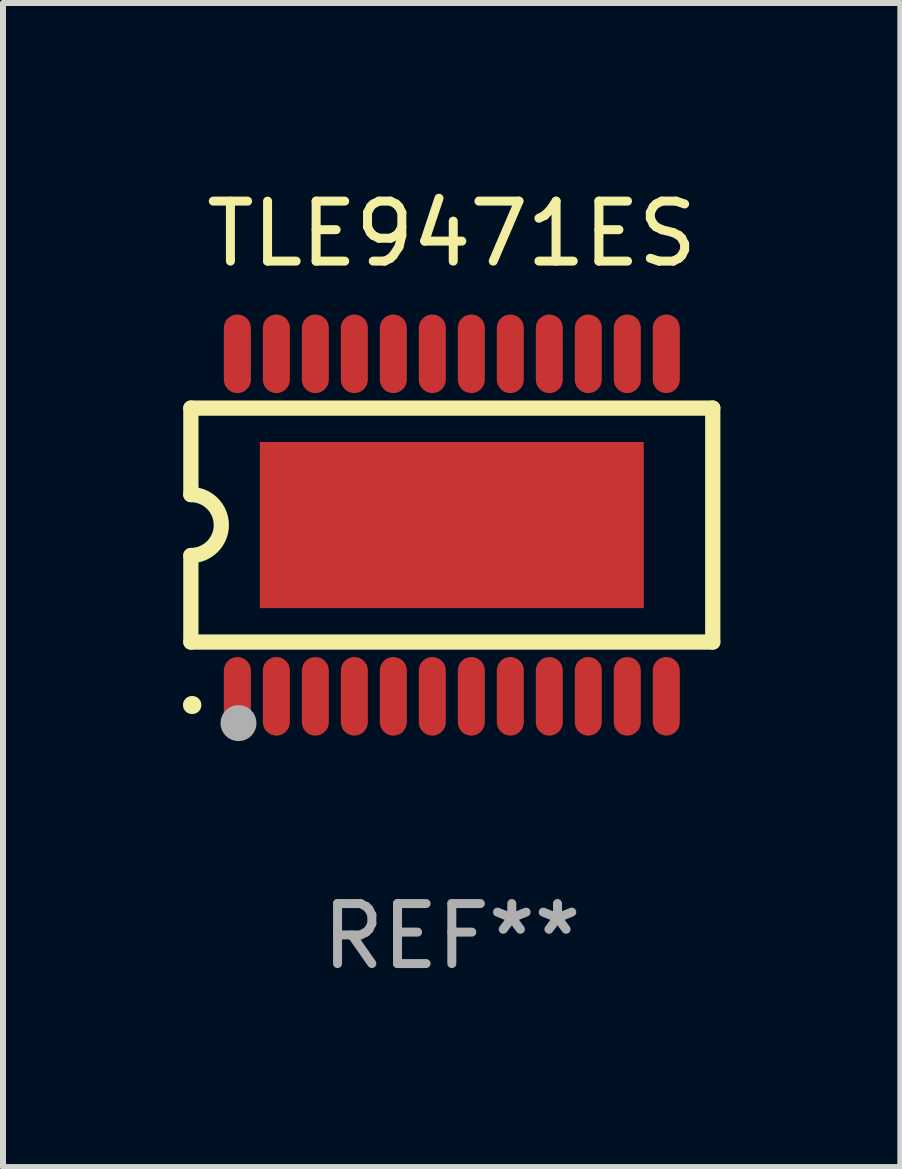
<source format=kicad_pcb>
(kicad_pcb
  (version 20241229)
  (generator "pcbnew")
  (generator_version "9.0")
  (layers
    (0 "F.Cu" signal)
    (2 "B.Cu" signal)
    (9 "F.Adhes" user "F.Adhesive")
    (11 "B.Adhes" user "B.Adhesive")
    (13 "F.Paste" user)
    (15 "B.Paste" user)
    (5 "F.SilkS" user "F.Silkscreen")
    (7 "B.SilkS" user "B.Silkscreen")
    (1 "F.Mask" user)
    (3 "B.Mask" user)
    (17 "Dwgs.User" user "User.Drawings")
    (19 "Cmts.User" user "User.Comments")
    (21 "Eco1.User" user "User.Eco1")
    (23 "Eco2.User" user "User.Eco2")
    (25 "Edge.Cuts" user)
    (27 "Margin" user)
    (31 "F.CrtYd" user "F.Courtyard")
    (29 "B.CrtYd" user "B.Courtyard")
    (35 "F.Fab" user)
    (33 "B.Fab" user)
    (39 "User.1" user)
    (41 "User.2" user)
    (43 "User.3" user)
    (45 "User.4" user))
  (footprint "TLE9471ES"
    (layer "F.Cu")
    (at 4.482 5.703)
    (property "Reference" "TLE9471ES" (at 0 -4.855 0) (layer "F.SilkS") (effects (font (size 1 1) (thickness 0.15))))
    (attr through_hole)
    (fp_line (start -4.35 -1.95) (end -4.35 -0.508) (stroke (width 0.254) (type solid)) (layer "F.SilkS"))
    (fp_line (start -4.35 -1.95) (end 4.35 -1.95) (stroke (width 0.254) (type solid)) (layer "F.SilkS"))
    (fp_line (start -4.35 1.95) (end -4.35 0.508) (stroke (width 0.254) (type solid)) (layer "F.SilkS"))
    (fp_line (start -4.35 1.95) (end 4.35 1.95) (stroke (width 0.254) (type solid)) (layer "F.SilkS"))
    (fp_line (start 4.35 -1.95) (end 4.35 1.95) (stroke (width 0.254) (type solid)) (layer "F.SilkS"))
    (fp_arc (start -4.351028 -0.508) (mid -3.843028 -0.000507) (end -4.350013 0.508001) (stroke (width 0.254001) (type solid)) (layer "F.SilkS"))
    (fp_arc (start -4.331656 2.999858) (mid -4.328332 2.999895) (end -4.325009 3.000005) (stroke (width 0.3) (type solid)) (layer "F.SilkS"))
    (fp_circle (center -4.325 3) (end -4.295 3) (stroke (width 0.06) (type solid)) (fill no) (layer "F.SilkS"))
    (fp_circle (center -3.556 3.302) (end -3.406 3.302) (stroke (width 0.3) (type solid)) (fill no) (layer "F.Fab"))
    (fp_text user "REF**" (at 0 6.855 0) (layer "F.Fab") (effects (font (size 1 1) (thickness 0.15))))
    (pad "1" smd custom (at -3.575 2.855 180) (size 0.45 1.31) (layers "F.Cu" "F.Mask" "F.Paste") (options (anchor circle)) (primitives (gr_poly (pts (xy -0.225 -0.43) (xy -0.224 -0.455) (xy -0.219 -0.48) (xy -0.212 -0.504) (xy -0.203 -0.528) (xy -0.19 -0.55) (xy -0.176 -0.57) (xy -0.159 -0.589) (xy -0.14 -0.606) (xy -0.12 -0.62) (xy -0.098 -0.633) (xy -0.074 -0.642) (xy -0.05 -0.649) (xy -0.025 -0.654) (xy 0.000051 -0.655) (xy 0.025 -0.654) (xy 0.05 -0.649) (xy 0.074 -0.642) (xy 0.098 -0.633) (xy 0.12 -0.62) (xy 0.14 -0.606) (xy 0.159 -0.589) (xy 0.176 -0.57) (xy 0.191 -0.55) (xy 0.203 -0.528) (xy 0.212 -0.504) (xy 0.219 -0.48) (xy 0.224 -0.455) (xy 0.225 -0.43) (xy 0.225 0.43) (xy 0.224 0.455) (xy 0.219 0.48) (xy 0.212 0.504) (xy 0.203 0.528) (xy 0.191 0.55) (xy 0.176 0.57) (xy 0.159 0.589) (xy 0.14 0.606) (xy 0.12 0.621) (xy 0.098 0.633) (xy 0.074 0.642) (xy 0.05 0.649) (xy 0.025 0.654) (xy 0.000051 0.655) (xy -0.025 0.654) (xy -0.05 0.649) (xy -0.074 0.642) (xy -0.098 0.633) (xy -0.12 0.621) (xy -0.14 0.606) (xy -0.159 0.589) (xy -0.176 0.57) (xy -0.19 0.55) (xy -0.203 0.528) (xy -0.212 0.504) (xy -0.219 0.48) (xy -0.224 0.455) (xy -0.225 0.43)) (width 0) (fill yes))))
    (pad "2" smd custom (at -2.925 2.855 180) (size 0.45 1.31) (layers "F.Cu" "F.Mask" "F.Paste") (options (anchor circle)) (primitives (gr_poly (pts (xy -0.225 -0.43) (xy -0.224 -0.455) (xy -0.219 -0.48) (xy -0.212 -0.504) (xy -0.203 -0.528) (xy -0.19 -0.55) (xy -0.176 -0.57) (xy -0.159 -0.589) (xy -0.14 -0.606) (xy -0.12 -0.62) (xy -0.098 -0.633) (xy -0.074 -0.642) (xy -0.05 -0.649) (xy -0.025 -0.654) (xy 0.000076 -0.655) (xy 0.025 -0.654) (xy 0.05 -0.649) (xy 0.074 -0.642) (xy 0.098 -0.633) (xy 0.12 -0.62) (xy 0.14 -0.606) (xy 0.159 -0.589) (xy 0.176 -0.57) (xy 0.191 -0.55) (xy 0.203 -0.528) (xy 0.212 -0.504) (xy 0.219 -0.48) (xy 0.224 -0.455) (xy 0.225 -0.43) (xy 0.225 0.43) (xy 0.224 0.455) (xy 0.219 0.48) (xy 0.212 0.504) (xy 0.203 0.528) (xy 0.191 0.55) (xy 0.176 0.57) (xy 0.159 0.589) (xy 0.14 0.606) (xy 0.12 0.621) (xy 0.098 0.633) (xy 0.074 0.642) (xy 0.05 0.649) (xy 0.025 0.654) (xy 0.000076 0.655) (xy -0.025 0.654) (xy -0.05 0.649) (xy -0.074 0.642) (xy -0.098 0.633) (xy -0.12 0.621) (xy -0.14 0.606) (xy -0.159 0.589) (xy -0.176 0.57) (xy -0.19 0.55) (xy -0.203 0.528) (xy -0.212 0.504) (xy -0.219 0.48) (xy -0.224 0.455) (xy -0.225 0.43)) (width 0) (fill yes))))
    (pad "3" smd custom (at -2.275 2.855 180) (size 0.45 1.31) (layers "F.Cu" "F.Mask" "F.Paste") (options (anchor circle)) (primitives (gr_poly (pts (xy -0.225 -0.43) (xy -0.223 -0.455) (xy -0.219 -0.48) (xy -0.212 -0.504) (xy -0.203 -0.528) (xy -0.19 -0.55) (xy -0.176 -0.57) (xy -0.159 -0.589) (xy -0.14 -0.606) (xy -0.12 -0.62) (xy -0.098 -0.633) (xy -0.074 -0.642) (xy -0.05 -0.649) (xy -0.025 -0.654) (xy 0.000076 -0.655) (xy 0.025 -0.654) (xy 0.05 -0.649) (xy 0.074 -0.642) (xy 0.098 -0.633) (xy 0.12 -0.62) (xy 0.14 -0.606) (xy 0.159 -0.589) (xy 0.176 -0.57) (xy 0.191 -0.55) (xy 0.203 -0.528) (xy 0.212 -0.504) (xy 0.219 -0.48) (xy 0.224 -0.455) (xy 0.225 -0.43) (xy 0.225 0.43) (xy 0.224 0.455) (xy 0.219 0.48) (xy 0.212 0.504) (xy 0.203 0.528) (xy 0.191 0.55) (xy 0.176 0.57) (xy 0.159 0.589) (xy 0.14 0.606) (xy 0.12 0.621) (xy 0.098 0.633) (xy 0.074 0.642) (xy 0.05 0.649) (xy 0.025 0.654) (xy 0.000076 0.655) (xy -0.025 0.654) (xy -0.05 0.649) (xy -0.074 0.642) (xy -0.098 0.633) (xy -0.12 0.621) (xy -0.14 0.606) (xy -0.159 0.589) (xy -0.176 0.57) (xy -0.19 0.55) (xy -0.203 0.528) (xy -0.212 0.504) (xy -0.219 0.48) (xy -0.223 0.455) (xy -0.225 0.43)) (width 0) (fill yes))))
    (pad "4" smd custom (at -1.625 2.855 180) (size 0.45 1.31) (layers "F.Cu" "F.Mask" "F.Paste") (options (anchor circle)) (primitives (gr_poly (pts (xy -0.225 -0.43) (xy -0.223 -0.455) (xy -0.219 -0.48) (xy -0.212 -0.504) (xy -0.203 -0.528) (xy -0.19 -0.55) (xy -0.176 -0.57) (xy -0.159 -0.589) (xy -0.14 -0.606) (xy -0.12 -0.62) (xy -0.098 -0.633) (xy -0.074 -0.642) (xy -0.05 -0.649) (xy -0.025 -0.654) (xy 0.000102 -0.655) (xy 0.025 -0.654) (xy 0.05 -0.649) (xy 0.074 -0.642) (xy 0.098 -0.633) (xy 0.12 -0.62) (xy 0.14 -0.606) (xy 0.159 -0.589) (xy 0.176 -0.57) (xy 0.191 -0.55) (xy 0.203 -0.528) (xy 0.212 -0.504) (xy 0.219 -0.48) (xy 0.224 -0.455) (xy 0.225 -0.43) (xy 0.225 0.43) (xy 0.224 0.455) (xy 0.219 0.48) (xy 0.212 0.504) (xy 0.203 0.528) (xy 0.191 0.55) (xy 0.176 0.57) (xy 0.159 0.589) (xy 0.14 0.606) (xy 0.12 0.621) (xy 0.098 0.633) (xy 0.074 0.642) (xy 0.05 0.649) (xy 0.025 0.654) (xy 0.000102 0.655) (xy -0.025 0.654) (xy -0.05 0.649) (xy -0.074 0.642) (xy -0.098 0.633) (xy -0.12 0.621) (xy -0.14 0.606) (xy -0.159 0.589) (xy -0.176 0.57) (xy -0.19 0.55) (xy -0.203 0.528) (xy -0.212 0.504) (xy -0.219 0.48) (xy -0.223 0.455) (xy -0.225 0.43)) (width 0) (fill yes))))
    (pad "5" smd custom (at -0.975 2.855 180) (size 0.45 1.31) (layers "F.Cu" "F.Mask" "F.Paste") (options (anchor circle)) (primitives (gr_poly (pts (xy -0.225 -0.43) (xy -0.223 -0.455) (xy -0.219 -0.48) (xy -0.212 -0.504) (xy -0.203 -0.528) (xy -0.19 -0.55) (xy -0.176 -0.57) (xy -0.159 -0.589) (xy -0.14 -0.606) (xy -0.12 -0.62) (xy -0.098 -0.633) (xy -0.074 -0.642) (xy -0.05 -0.649) (xy -0.025 -0.654) (xy 0.000102 -0.655) (xy 0.025 -0.654) (xy 0.05 -0.649) (xy 0.074 -0.642) (xy 0.098 -0.633) (xy 0.12 -0.62) (xy 0.14 -0.606) (xy 0.159 -0.589) (xy 0.176 -0.57) (xy 0.191 -0.55) (xy 0.203 -0.528) (xy 0.212 -0.504) (xy 0.219 -0.48) (xy 0.224 -0.455) (xy 0.225 -0.43) (xy 0.225 0.43) (xy 0.224 0.455) (xy 0.219 0.48) (xy 0.212 0.504) (xy 0.203 0.528) (xy 0.191 0.55) (xy 0.176 0.57) (xy 0.159 0.589) (xy 0.14 0.606) (xy 0.12 0.621) (xy 0.098 0.633) (xy 0.074 0.642) (xy 0.05 0.649) (xy 0.025 0.654) (xy 0.000102 0.655) (xy -0.025 0.654) (xy -0.05 0.649) (xy -0.074 0.642) (xy -0.098 0.633) (xy -0.12 0.621) (xy -0.14 0.606) (xy -0.159 0.589) (xy -0.176 0.57) (xy -0.19 0.55) (xy -0.203 0.528) (xy -0.212 0.504) (xy -0.219 0.48) (xy -0.223 0.455) (xy -0.225 0.43)) (width 0) (fill yes))))
    (pad "6" smd custom (at -0.325 2.855 180) (size 0.45 1.31) (layers "F.Cu" "F.Mask" "F.Paste") (options (anchor circle)) (primitives (gr_poly (pts (xy -0.225 -0.43) (xy -0.223 -0.455) (xy -0.219 -0.48) (xy -0.212 -0.504) (xy -0.203 -0.528) (xy -0.19 -0.55) (xy -0.176 -0.57) (xy -0.159 -0.589) (xy -0.14 -0.606) (xy -0.12 -0.62) (xy -0.098 -0.633) (xy -0.074 -0.642) (xy -0.05 -0.649) (xy -0.025 -0.654) (xy 0.000127 -0.655) (xy 0.025 -0.654) (xy 0.05 -0.649) (xy 0.074 -0.642) (xy 0.098 -0.633) (xy 0.12 -0.62) (xy 0.14 -0.606) (xy 0.159 -0.589) (xy 0.176 -0.57) (xy 0.191 -0.55) (xy 0.203 -0.528) (xy 0.212 -0.504) (xy 0.219 -0.48) (xy 0.224 -0.455) (xy 0.225 -0.43) (xy 0.225 0.43) (xy 0.224 0.455) (xy 0.219 0.48) (xy 0.212 0.504) (xy 0.203 0.528) (xy 0.191 0.55) (xy 0.176 0.57) (xy 0.159 0.589) (xy 0.14 0.606) (xy 0.12 0.621) (xy 0.098 0.633) (xy 0.074 0.642) (xy 0.05 0.649) (xy 0.025 0.654) (xy 0.000127 0.655) (xy -0.025 0.654) (xy -0.05 0.649) (xy -0.074 0.642) (xy -0.098 0.633) (xy -0.12 0.621) (xy -0.14 0.606) (xy -0.159 0.589) (xy -0.176 0.57) (xy -0.19 0.55) (xy -0.203 0.528) (xy -0.212 0.504) (xy -0.219 0.48) (xy -0.223 0.455) (xy -0.225 0.43)) (width 0) (fill yes))))
    (pad "7" smd custom (at 0.325 2.855 180) (size 0.45 1.31) (layers "F.Cu" "F.Mask" "F.Paste") (options (anchor circle)) (primitives (gr_poly (pts (xy -0.225 -0.43) (xy -0.224 -0.455) (xy -0.219 -0.48) (xy -0.212 -0.504) (xy -0.203 -0.528) (xy -0.191 -0.55) (xy -0.176 -0.57) (xy -0.159 -0.589) (xy -0.14 -0.606) (xy -0.12 -0.62) (xy -0.098 -0.633) (xy -0.074 -0.642) (xy -0.05 -0.649) (xy -0.025 -0.654) (xy -0.000127 -0.655) (xy 0.025 -0.654) (xy 0.05 -0.649) (xy 0.074 -0.642) (xy 0.098 -0.633) (xy 0.12 -0.62) (xy 0.14 -0.606) (xy 0.159 -0.589) (xy 0.176 -0.57) (xy 0.19 -0.55) (xy 0.203 -0.528) (xy 0.212 -0.504) (xy 0.219 -0.48) (xy 0.223 -0.455) (xy 0.225 -0.43) (xy 0.225 0.43) (xy 0.223 0.455) (xy 0.219 0.48) (xy 0.212 0.504) (xy 0.203 0.528) (xy 0.19 0.55) (xy 0.176 0.57) (xy 0.159 0.589) (xy 0.14 0.606) (xy 0.12 0.621) (xy 0.098 0.633) (xy 0.074 0.642) (xy 0.05 0.649) (xy 0.025 0.654) (xy -0.000127 0.655) (xy -0.025 0.654) (xy -0.05 0.649) (xy -0.074 0.642) (xy -0.098 0.633) (xy -0.12 0.621) (xy -0.14 0.606) (xy -0.159 0.589) (xy -0.176 0.57) (xy -0.191 0.55) (xy -0.203 0.528) (xy -0.212 0.504) (xy -0.219 0.48) (xy -0.224 0.455) (xy -0.225 0.43)) (width 0) (fill yes))))
    (pad "8" smd custom (at 0.975 2.855 180) (size 0.45 1.31) (layers "F.Cu" "F.Mask" "F.Paste") (options (anchor circle)) (primitives (gr_poly (pts (xy -0.225 -0.43) (xy -0.224 -0.455) (xy -0.219 -0.48) (xy -0.212 -0.504) (xy -0.203 -0.528) (xy -0.191 -0.55) (xy -0.176 -0.57) (xy -0.159 -0.589) (xy -0.14 -0.606) (xy -0.12 -0.62) (xy -0.098 -0.633) (xy -0.074 -0.642) (xy -0.05 -0.649) (xy -0.025 -0.654) (xy -0.000102 -0.655) (xy 0.025 -0.654) (xy 0.05 -0.649) (xy 0.074 -0.642) (xy 0.098 -0.633) (xy 0.12 -0.62) (xy 0.14 -0.606) (xy 0.159 -0.589) (xy 0.176 -0.57) (xy 0.19 -0.55) (xy 0.203 -0.528) (xy 0.212 -0.504) (xy 0.219 -0.48) (xy 0.223 -0.455) (xy 0.225 -0.43) (xy 0.225 0.43) (xy 0.223 0.455) (xy 0.219 0.48) (xy 0.212 0.504) (xy 0.203 0.528) (xy 0.19 0.55) (xy 0.176 0.57) (xy 0.159 0.589) (xy 0.14 0.606) (xy 0.12 0.621) (xy 0.098 0.633) (xy 0.074 0.642) (xy 0.05 0.649) (xy 0.025 0.654) (xy -0.000102 0.655) (xy -0.025 0.654) (xy -0.05 0.649) (xy -0.074 0.642) (xy -0.098 0.633) (xy -0.12 0.621) (xy -0.14 0.606) (xy -0.159 0.589) (xy -0.176 0.57) (xy -0.191 0.55) (xy -0.203 0.528) (xy -0.212 0.504) (xy -0.219 0.48) (xy -0.224 0.455) (xy -0.225 0.43)) (width 0) (fill yes))))
    (pad "9" smd custom (at 1.625 2.855 180) (size 0.45 1.31) (layers "F.Cu" "F.Mask" "F.Paste") (options (anchor circle)) (primitives (gr_poly (pts (xy -0.225 -0.43) (xy -0.224 -0.455) (xy -0.219 -0.48) (xy -0.212 -0.504) (xy -0.203 -0.528) (xy -0.191 -0.55) (xy -0.176 -0.57) (xy -0.159 -0.589) (xy -0.14 -0.606) (xy -0.12 -0.62) (xy -0.098 -0.633) (xy -0.074 -0.642) (xy -0.05 -0.649) (xy -0.025 -0.654) (xy -0.000102 -0.655) (xy 0.025 -0.654) (xy 0.05 -0.649) (xy 0.074 -0.642) (xy 0.098 -0.633) (xy 0.12 -0.62) (xy 0.14 -0.606) (xy 0.159 -0.589) (xy 0.176 -0.57) (xy 0.19 -0.55) (xy 0.203 -0.528) (xy 0.212 -0.504) (xy 0.219 -0.48) (xy 0.223 -0.455) (xy 0.225 -0.43) (xy 0.225 0.43) (xy 0.223 0.455) (xy 0.219 0.48) (xy 0.212 0.504) (xy 0.203 0.528) (xy 0.19 0.55) (xy 0.176 0.57) (xy 0.159 0.589) (xy 0.14 0.606) (xy 0.12 0.621) (xy 0.098 0.633) (xy 0.074 0.642) (xy 0.05 0.649) (xy 0.025 0.654) (xy -0.000102 0.655) (xy -0.025 0.654) (xy -0.05 0.649) (xy -0.074 0.642) (xy -0.098 0.633) (xy -0.12 0.621) (xy -0.14 0.606) (xy -0.159 0.589) (xy -0.176 0.57) (xy -0.191 0.55) (xy -0.203 0.528) (xy -0.212 0.504) (xy -0.219 0.48) (xy -0.224 0.455) (xy -0.225 0.43)) (width 0) (fill yes))))
    (pad "10" smd custom (at 2.275 2.855 180) (size 0.45 1.31) (layers "F.Cu" "F.Mask" "F.Paste") (options (anchor circle)) (primitives (gr_poly (pts (xy -0.225 -0.43) (xy -0.224 -0.455) (xy -0.219 -0.48) (xy -0.212 -0.504) (xy -0.203 -0.528) (xy -0.191 -0.55) (xy -0.176 -0.57) (xy -0.159 -0.589) (xy -0.14 -0.606) (xy -0.12 -0.62) (xy -0.098 -0.633) (xy -0.074 -0.642) (xy -0.05 -0.649) (xy -0.025 -0.654) (xy -0.000076 -0.655) (xy 0.025 -0.654) (xy 0.05 -0.649) (xy 0.074 -0.642) (xy 0.098 -0.633) (xy 0.12 -0.62) (xy 0.14 -0.606) (xy 0.159 -0.589) (xy 0.176 -0.57) (xy 0.19 -0.55) (xy 0.203 -0.528) (xy 0.212 -0.504) (xy 0.219 -0.48) (xy 0.224 -0.455) (xy 0.225 -0.43) (xy 0.225 0.43) (xy 0.224 0.455) (xy 0.219 0.48) (xy 0.212 0.504) (xy 0.203 0.528) (xy 0.19 0.55) (xy 0.176 0.57) (xy 0.159 0.589) (xy 0.14 0.606) (xy 0.12 0.621) (xy 0.098 0.633) (xy 0.074 0.642) (xy 0.05 0.649) (xy 0.025 0.654) (xy -0.000076 0.655) (xy -0.025 0.654) (xy -0.05 0.649) (xy -0.074 0.642) (xy -0.098 0.633) (xy -0.12 0.621) (xy -0.14 0.606) (xy -0.159 0.589) (xy -0.176 0.57) (xy -0.191 0.55) (xy -0.203 0.528) (xy -0.212 0.504) (xy -0.219 0.48) (xy -0.224 0.455) (xy -0.225 0.43)) (width 0) (fill yes))))
    (pad "11" smd custom (at 2.925 2.855 180) (size 0.45 1.31) (layers "F.Cu" "F.Mask" "F.Paste") (options (anchor circle)) (primitives (gr_poly (pts (xy -0.225 -0.43) (xy -0.224 -0.455) (xy -0.219 -0.48) (xy -0.212 -0.504) (xy -0.203 -0.528) (xy -0.191 -0.55) (xy -0.176 -0.57) (xy -0.159 -0.589) (xy -0.14 -0.606) (xy -0.12 -0.62) (xy -0.098 -0.633) (xy -0.074 -0.642) (xy -0.05 -0.649) (xy -0.025 -0.654) (xy -0.000051 -0.655) (xy 0.025 -0.654) (xy 0.05 -0.649) (xy 0.074 -0.642) (xy 0.098 -0.633) (xy 0.12 -0.62) (xy 0.14 -0.606) (xy 0.159 -0.589) (xy 0.176 -0.57) (xy 0.19 -0.55) (xy 0.203 -0.528) (xy 0.212 -0.504) (xy 0.219 -0.48) (xy 0.224 -0.455) (xy 0.225 -0.43) (xy 0.225 0.43) (xy 0.224 0.455) (xy 0.219 0.48) (xy 0.212 0.504) (xy 0.203 0.528) (xy 0.19 0.55) (xy 0.176 0.57) (xy 0.159 0.589) (xy 0.14 0.606) (xy 0.12 0.621) (xy 0.098 0.633) (xy 0.074 0.642) (xy 0.05 0.649) (xy 0.025 0.654) (xy -0.000051 0.655) (xy -0.025 0.654) (xy -0.05 0.649) (xy -0.074 0.642) (xy -0.098 0.633) (xy -0.12 0.621) (xy -0.14 0.606) (xy -0.159 0.589) (xy -0.176 0.57) (xy -0.191 0.55) (xy -0.203 0.528) (xy -0.212 0.504) (xy -0.219 0.48) (xy -0.224 0.455) (xy -0.225 0.43)) (width 0) (fill yes))))
    (pad "12" smd custom (at 3.575 2.855 180) (size 0.45 1.31) (layers "F.Cu" "F.Mask" "F.Paste") (options (anchor circle)) (primitives (gr_poly (pts (xy -0.225 -0.43) (xy -0.224 -0.455) (xy -0.219 -0.48) (xy -0.212 -0.504) (xy -0.203 -0.528) (xy -0.191 -0.55) (xy -0.176 -0.57) (xy -0.159 -0.589) (xy -0.14 -0.606) (xy -0.12 -0.62) (xy -0.098 -0.633) (xy -0.074 -0.642) (xy -0.05 -0.649) (xy -0.025 -0.654) (xy -0.000051 -0.655) (xy 0.025 -0.654) (xy 0.05 -0.649) (xy 0.074 -0.642) (xy 0.098 -0.633) (xy 0.12 -0.62) (xy 0.14 -0.606) (xy 0.159 -0.589) (xy 0.176 -0.57) (xy 0.19 -0.55) (xy 0.203 -0.528) (xy 0.212 -0.504) (xy 0.219 -0.48) (xy 0.224 -0.455) (xy 0.225 -0.43) (xy 0.225 0.43) (xy 0.224 0.455) (xy 0.219 0.48) (xy 0.212 0.504) (xy 0.203 0.528) (xy 0.19 0.55) (xy 0.176 0.57) (xy 0.159 0.589) (xy 0.14 0.606) (xy 0.12 0.621) (xy 0.098 0.633) (xy 0.074 0.642) (xy 0.05 0.649) (xy 0.025 0.654) (xy -0.000051 0.655) (xy -0.025 0.654) (xy -0.05 0.649) (xy -0.074 0.642) (xy -0.098 0.633) (xy -0.12 0.621) (xy -0.14 0.606) (xy -0.159 0.589) (xy -0.176 0.57) (xy -0.191 0.55) (xy -0.203 0.528) (xy -0.212 0.504) (xy -0.219 0.48) (xy -0.224 0.455) (xy -0.225 0.43)) (width 0) (fill yes))))
    (pad "13" smd custom (at 3.575 -2.855 180) (size 0.45 1.31) (layers "F.Cu" "F.Mask" "F.Paste") (options (anchor circle)) (primitives (gr_poly (pts (xy -0.225 -0.43) (xy -0.224 -0.455) (xy -0.219 -0.48) (xy -0.212 -0.504) (xy -0.203 -0.528) (xy -0.191 -0.55) (xy -0.176 -0.57) (xy -0.159 -0.589) (xy -0.14 -0.606) (xy -0.12 -0.621) (xy -0.098 -0.633) (xy -0.074 -0.642) (xy -0.05 -0.649) (xy -0.025 -0.654) (xy -0.000051 -0.655) (xy 0.025 -0.654) (xy 0.05 -0.649) (xy 0.074 -0.642) (xy 0.098 -0.633) (xy 0.12 -0.621) (xy 0.14 -0.606) (xy 0.159 -0.589) (xy 0.176 -0.57) (xy 0.19 -0.55) (xy 0.203 -0.528) (xy 0.212 -0.504) (xy 0.219 -0.48) (xy 0.224 -0.455) (xy 0.225 -0.43) (xy 0.225 0.43) (xy 0.224 0.455) (xy 0.219 0.48) (xy 0.212 0.504) (xy 0.203 0.528) (xy 0.19 0.55) (xy 0.176 0.57) (xy 0.159 0.589) (xy 0.14 0.606) (xy 0.12 0.62) (xy 0.098 0.633) (xy 0.074 0.642) (xy 0.05 0.649) (xy 0.025 0.654) (xy -0.000051 0.655) (xy -0.025 0.654) (xy -0.05 0.649) (xy -0.074 0.642) (xy -0.098 0.633) (xy -0.12 0.62) (xy -0.14 0.606) (xy -0.159 0.589) (xy -0.176 0.57) (xy -0.191 0.55) (xy -0.203 0.528) (xy -0.212 0.504) (xy -0.219 0.48) (xy -0.224 0.455) (xy -0.225 0.43)) (width 0) (fill yes))))
    (pad "14" smd custom (at 2.925 -2.855 180) (size 0.45 1.31) (layers "F.Cu" "F.Mask" "F.Paste") (options (anchor circle)) (primitives (gr_poly (pts (xy -0.225 -0.43) (xy -0.224 -0.455) (xy -0.219 -0.48) (xy -0.212 -0.504) (xy -0.203 -0.528) (xy -0.191 -0.55) (xy -0.176 -0.57) (xy -0.159 -0.589) (xy -0.14 -0.606) (xy -0.12 -0.621) (xy -0.098 -0.633) (xy -0.074 -0.642) (xy -0.05 -0.649) (xy -0.025 -0.654) (xy -0.000051 -0.655) (xy 0.025 -0.654) (xy 0.05 -0.649) (xy 0.074 -0.642) (xy 0.098 -0.633) (xy 0.12 -0.621) (xy 0.14 -0.606) (xy 0.159 -0.589) (xy 0.176 -0.57) (xy 0.19 -0.55) (xy 0.203 -0.528) (xy 0.212 -0.504) (xy 0.219 -0.48) (xy 0.224 -0.455) (xy 0.225 -0.43) (xy 0.225 0.43) (xy 0.224 0.455) (xy 0.219 0.48) (xy 0.212 0.504) (xy 0.203 0.528) (xy 0.19 0.55) (xy 0.176 0.57) (xy 0.159 0.589) (xy 0.14 0.606) (xy 0.12 0.62) (xy 0.098 0.633) (xy 0.074 0.642) (xy 0.05 0.649) (xy 0.025 0.654) (xy -0.000051 0.655) (xy -0.025 0.654) (xy -0.05 0.649) (xy -0.074 0.642) (xy -0.098 0.633) (xy -0.12 0.62) (xy -0.14 0.606) (xy -0.159 0.589) (xy -0.176 0.57) (xy -0.191 0.55) (xy -0.203 0.528) (xy -0.212 0.504) (xy -0.219 0.48) (xy -0.224 0.455) (xy -0.225 0.43)) (width 0) (fill yes))))
    (pad "15" smd custom (at 2.275 -2.855 180) (size 0.45 1.31) (layers "F.Cu" "F.Mask" "F.Paste") (options (anchor circle)) (primitives (gr_poly (pts (xy -0.225 -0.43) (xy -0.224 -0.455) (xy -0.219 -0.48) (xy -0.212 -0.504) (xy -0.203 -0.528) (xy -0.191 -0.55) (xy -0.176 -0.57) (xy -0.159 -0.589) (xy -0.14 -0.606) (xy -0.12 -0.621) (xy -0.098 -0.633) (xy -0.074 -0.642) (xy -0.05 -0.649) (xy -0.025 -0.654) (xy -0.000076 -0.655) (xy 0.025 -0.654) (xy 0.05 -0.649) (xy 0.074 -0.642) (xy 0.098 -0.633) (xy 0.12 -0.621) (xy 0.14 -0.606) (xy 0.159 -0.589) (xy 0.176 -0.57) (xy 0.19 -0.55) (xy 0.203 -0.528) (xy 0.212 -0.504) (xy 0.219 -0.48) (xy 0.224 -0.455) (xy 0.225 -0.43) (xy 0.225 0.43) (xy 0.224 0.455) (xy 0.219 0.48) (xy 0.212 0.504) (xy 0.203 0.528) (xy 0.19 0.55) (xy 0.176 0.57) (xy 0.159 0.589) (xy 0.14 0.606) (xy 0.12 0.62) (xy 0.098 0.633) (xy 0.074 0.642) (xy 0.05 0.649) (xy 0.025 0.654) (xy -0.000076 0.655) (xy -0.025 0.654) (xy -0.05 0.649) (xy -0.074 0.642) (xy -0.098 0.633) (xy -0.12 0.62) (xy -0.14 0.606) (xy -0.159 0.589) (xy -0.176 0.57) (xy -0.191 0.55) (xy -0.203 0.528) (xy -0.212 0.504) (xy -0.219 0.48) (xy -0.224 0.455) (xy -0.225 0.43)) (width 0) (fill yes))))
    (pad "16" smd custom (at 1.625 -2.855 180) (size 0.45 1.31) (layers "F.Cu" "F.Mask" "F.Paste") (options (anchor circle)) (primitives (gr_poly (pts (xy -0.225 -0.43) (xy -0.224 -0.455) (xy -0.219 -0.48) (xy -0.212 -0.504) (xy -0.203 -0.528) (xy -0.191 -0.55) (xy -0.176 -0.57) (xy -0.159 -0.589) (xy -0.14 -0.606) (xy -0.12 -0.621) (xy -0.098 -0.633) (xy -0.074 -0.642) (xy -0.05 -0.649) (xy -0.025 -0.654) (xy -0.000102 -0.655) (xy 0.025 -0.654) (xy 0.05 -0.649) (xy 0.074 -0.642) (xy 0.098 -0.633) (xy 0.12 -0.621) (xy 0.14 -0.606) (xy 0.159 -0.589) (xy 0.176 -0.57) (xy 0.19 -0.55) (xy 0.203 -0.528) (xy 0.212 -0.504) (xy 0.219 -0.48) (xy 0.223 -0.455) (xy 0.225 -0.43) (xy 0.225 0.43) (xy 0.223 0.455) (xy 0.219 0.48) (xy 0.212 0.504) (xy 0.203 0.528) (xy 0.19 0.55) (xy 0.176 0.57) (xy 0.159 0.589) (xy 0.14 0.606) (xy 0.12 0.62) (xy 0.098 0.633) (xy 0.074 0.642) (xy 0.05 0.649) (xy 0.025 0.654) (xy -0.000102 0.655) (xy -0.025 0.654) (xy -0.05 0.649) (xy -0.074 0.642) (xy -0.098 0.633) (xy -0.12 0.62) (xy -0.14 0.606) (xy -0.159 0.589) (xy -0.176 0.57) (xy -0.191 0.55) (xy -0.203 0.528) (xy -0.212 0.504) (xy -0.219 0.48) (xy -0.224 0.455) (xy -0.225 0.43)) (width 0) (fill yes))))
    (pad "17" smd custom (at 0.975 -2.855 180) (size 0.45 1.31) (layers "F.Cu" "F.Mask" "F.Paste") (options (anchor circle)) (primitives (gr_poly (pts (xy -0.225 -0.43) (xy -0.224 -0.455) (xy -0.219 -0.48) (xy -0.212 -0.504) (xy -0.203 -0.528) (xy -0.191 -0.55) (xy -0.176 -0.57) (xy -0.159 -0.589) (xy -0.14 -0.606) (xy -0.12 -0.621) (xy -0.098 -0.633) (xy -0.074 -0.642) (xy -0.05 -0.649) (xy -0.025 -0.654) (xy -0.000102 -0.655) (xy 0.025 -0.654) (xy 0.05 -0.649) (xy 0.074 -0.642) (xy 0.098 -0.633) (xy 0.12 -0.621) (xy 0.14 -0.606) (xy 0.159 -0.589) (xy 0.176 -0.57) (xy 0.19 -0.55) (xy 0.203 -0.528) (xy 0.212 -0.504) (xy 0.219 -0.48) (xy 0.223 -0.455) (xy 0.225 -0.43) (xy 0.225 0.43) (xy 0.223 0.455) (xy 0.219 0.48) (xy 0.212 0.504) (xy 0.203 0.528) (xy 0.19 0.55) (xy 0.176 0.57) (xy 0.159 0.589) (xy 0.14 0.606) (xy 0.12 0.62) (xy 0.098 0.633) (xy 0.074 0.642) (xy 0.05 0.649) (xy 0.025 0.654) (xy -0.000102 0.655) (xy -0.025 0.654) (xy -0.05 0.649) (xy -0.074 0.642) (xy -0.098 0.633) (xy -0.12 0.62) (xy -0.14 0.606) (xy -0.159 0.589) (xy -0.176 0.57) (xy -0.191 0.55) (xy -0.203 0.528) (xy -0.212 0.504) (xy -0.219 0.48) (xy -0.224 0.455) (xy -0.225 0.43)) (width 0) (fill yes))))
    (pad "18" smd custom (at 0.325 -2.855 180) (size 0.45 1.31) (layers "F.Cu" "F.Mask" "F.Paste") (options (anchor circle)) (primitives (gr_poly (pts (xy -0.225 -0.43) (xy -0.224 -0.455) (xy -0.219 -0.48) (xy -0.212 -0.504) (xy -0.203 -0.528) (xy -0.191 -0.55) (xy -0.176 -0.57) (xy -0.159 -0.589) (xy -0.14 -0.606) (xy -0.12 -0.621) (xy -0.098 -0.633) (xy -0.074 -0.642) (xy -0.05 -0.649) (xy -0.025 -0.654) (xy -0.000127 -0.655) (xy 0.025 -0.654) (xy 0.05 -0.649) (xy 0.074 -0.642) (xy 0.098 -0.633) (xy 0.12 -0.621) (xy 0.14 -0.606) (xy 0.159 -0.589) (xy 0.176 -0.57) (xy 0.19 -0.55) (xy 0.203 -0.528) (xy 0.212 -0.504) (xy 0.219 -0.48) (xy 0.223 -0.455) (xy 0.225 -0.43) (xy 0.225 0.43) (xy 0.223 0.455) (xy 0.219 0.48) (xy 0.212 0.504) (xy 0.203 0.528) (xy 0.19 0.55) (xy 0.176 0.57) (xy 0.159 0.589) (xy 0.14 0.606) (xy 0.12 0.62) (xy 0.098 0.633) (xy 0.074 0.642) (xy 0.05 0.649) (xy 0.025 0.654) (xy -0.000127 0.655) (xy -0.025 0.654) (xy -0.05 0.649) (xy -0.074 0.642) (xy -0.098 0.633) (xy -0.12 0.62) (xy -0.14 0.606) (xy -0.159 0.589) (xy -0.176 0.57) (xy -0.191 0.55) (xy -0.203 0.528) (xy -0.212 0.504) (xy -0.219 0.48) (xy -0.224 0.455) (xy -0.225 0.43)) (width 0) (fill yes))))
    (pad "19" smd custom (at -0.325 -2.855 180) (size 0.45 1.31) (layers "F.Cu" "F.Mask" "F.Paste") (options (anchor circle)) (primitives (gr_poly (pts (xy -0.225 -0.43) (xy -0.223 -0.455) (xy -0.219 -0.48) (xy -0.212 -0.504) (xy -0.203 -0.528) (xy -0.19 -0.55) (xy -0.176 -0.57) (xy -0.159 -0.589) (xy -0.14 -0.606) (xy -0.12 -0.621) (xy -0.098 -0.633) (xy -0.074 -0.642) (xy -0.05 -0.649) (xy -0.025 -0.654) (xy 0.000127 -0.655) (xy 0.025 -0.654) (xy 0.05 -0.649) (xy 0.074 -0.642) (xy 0.098 -0.633) (xy 0.12 -0.621) (xy 0.14 -0.606) (xy 0.159 -0.589) (xy 0.176 -0.57) (xy 0.191 -0.55) (xy 0.203 -0.528) (xy 0.212 -0.504) (xy 0.219 -0.48) (xy 0.224 -0.455) (xy 0.225 -0.43) (xy 0.225 0.43) (xy 0.224 0.455) (xy 0.219 0.48) (xy 0.212 0.504) (xy 0.203 0.528) (xy 0.191 0.55) (xy 0.176 0.57) (xy 0.159 0.589) (xy 0.14 0.606) (xy 0.12 0.62) (xy 0.098 0.633) (xy 0.074 0.642) (xy 0.05 0.649) (xy 0.025 0.654) (xy 0.000127 0.655) (xy -0.025 0.654) (xy -0.05 0.649) (xy -0.074 0.642) (xy -0.098 0.633) (xy -0.12 0.62) (xy -0.14 0.606) (xy -0.159 0.589) (xy -0.176 0.57) (xy -0.19 0.55) (xy -0.203 0.528) (xy -0.212 0.504) (xy -0.219 0.48) (xy -0.223 0.455) (xy -0.225 0.43)) (width 0) (fill yes))))
    (pad "20" smd custom (at -0.975 -2.855 180) (size 0.45 1.31) (layers "F.Cu" "F.Mask" "F.Paste") (options (anchor circle)) (primitives (gr_poly (pts (xy -0.225 -0.43) (xy -0.223 -0.455) (xy -0.219 -0.48) (xy -0.212 -0.504) (xy -0.203 -0.528) (xy -0.19 -0.55) (xy -0.176 -0.57) (xy -0.159 -0.589) (xy -0.14 -0.606) (xy -0.12 -0.621) (xy -0.098 -0.633) (xy -0.074 -0.642) (xy -0.05 -0.649) (xy -0.025 -0.654) (xy 0.000102 -0.655) (xy 0.025 -0.654) (xy 0.05 -0.649) (xy 0.074 -0.642) (xy 0.098 -0.633) (xy 0.12 -0.621) (xy 0.14 -0.606) (xy 0.159 -0.589) (xy 0.176 -0.57) (xy 0.191 -0.55) (xy 0.203 -0.528) (xy 0.212 -0.504) (xy 0.219 -0.48) (xy 0.224 -0.455) (xy 0.225 -0.43) (xy 0.225 0.43) (xy 0.224 0.455) (xy 0.219 0.48) (xy 0.212 0.504) (xy 0.203 0.528) (xy 0.191 0.55) (xy 0.176 0.57) (xy 0.159 0.589) (xy 0.14 0.606) (xy 0.12 0.62) (xy 0.098 0.633) (xy 0.074 0.642) (xy 0.05 0.649) (xy 0.025 0.654) (xy 0.000102 0.655) (xy -0.025 0.654) (xy -0.05 0.649) (xy -0.074 0.642) (xy -0.098 0.633) (xy -0.12 0.62) (xy -0.14 0.606) (xy -0.159 0.589) (xy -0.176 0.57) (xy -0.19 0.55) (xy -0.203 0.528) (xy -0.212 0.504) (xy -0.219 0.48) (xy -0.223 0.455) (xy -0.225 0.43)) (width 0) (fill yes))))
    (pad "21" smd custom (at -1.625 -2.855 180) (size 0.45 1.31) (layers "F.Cu" "F.Mask" "F.Paste") (options (anchor circle)) (primitives (gr_poly (pts (xy -0.225 -0.43) (xy -0.223 -0.455) (xy -0.219 -0.48) (xy -0.212 -0.504) (xy -0.203 -0.528) (xy -0.19 -0.55) (xy -0.176 -0.57) (xy -0.159 -0.589) (xy -0.14 -0.606) (xy -0.12 -0.621) (xy -0.098 -0.633) (xy -0.074 -0.642) (xy -0.05 -0.649) (xy -0.025 -0.654) (xy 0.000102 -0.655) (xy 0.025 -0.654) (xy 0.05 -0.649) (xy 0.074 -0.642) (xy 0.098 -0.633) (xy 0.12 -0.621) (xy 0.14 -0.606) (xy 0.159 -0.589) (xy 0.176 -0.57) (xy 0.191 -0.55) (xy 0.203 -0.528) (xy 0.212 -0.504) (xy 0.219 -0.48) (xy 0.224 -0.455) (xy 0.225 -0.43) (xy 0.225 0.43) (xy 0.224 0.455) (xy 0.219 0.48) (xy 0.212 0.504) (xy 0.203 0.528) (xy 0.191 0.55) (xy 0.176 0.57) (xy 0.159 0.589) (xy 0.14 0.606) (xy 0.12 0.62) (xy 0.098 0.633) (xy 0.074 0.642) (xy 0.05 0.649) (xy 0.025 0.654) (xy 0.000102 0.655) (xy -0.025 0.654) (xy -0.05 0.649) (xy -0.074 0.642) (xy -0.098 0.633) (xy -0.12 0.62) (xy -0.14 0.606) (xy -0.159 0.589) (xy -0.176 0.57) (xy -0.19 0.55) (xy -0.203 0.528) (xy -0.212 0.504) (xy -0.219 0.48) (xy -0.223 0.455) (xy -0.225 0.43)) (width 0) (fill yes))))
    (pad "22" smd custom (at -2.275 -2.855 180) (size 0.45 1.31) (layers "F.Cu" "F.Mask" "F.Paste") (options (anchor circle)) (primitives (gr_poly (pts (xy -0.225 -0.43) (xy -0.223 -0.455) (xy -0.219 -0.48) (xy -0.212 -0.504) (xy -0.203 -0.528) (xy -0.19 -0.55) (xy -0.176 -0.57) (xy -0.159 -0.589) (xy -0.14 -0.606) (xy -0.12 -0.621) (xy -0.098 -0.633) (xy -0.074 -0.642) (xy -0.05 -0.649) (xy -0.025 -0.654) (xy 0.000076 -0.655) (xy 0.025 -0.654) (xy 0.05 -0.649) (xy 0.074 -0.642) (xy 0.098 -0.633) (xy 0.12 -0.621) (xy 0.14 -0.606) (xy 0.159 -0.589) (xy 0.176 -0.57) (xy 0.191 -0.55) (xy 0.203 -0.528) (xy 0.212 -0.504) (xy 0.219 -0.48) (xy 0.224 -0.455) (xy 0.225 -0.43) (xy 0.225 0.43) (xy 0.224 0.455) (xy 0.219 0.48) (xy 0.212 0.504) (xy 0.203 0.528) (xy 0.191 0.55) (xy 0.176 0.57) (xy 0.159 0.589) (xy 0.14 0.606) (xy 0.12 0.62) (xy 0.098 0.633) (xy 0.074 0.642) (xy 0.05 0.649) (xy 0.025 0.654) (xy 0.000076 0.655) (xy -0.025 0.654) (xy -0.05 0.649) (xy -0.074 0.642) (xy -0.098 0.633) (xy -0.12 0.62) (xy -0.14 0.606) (xy -0.159 0.589) (xy -0.176 0.57) (xy -0.19 0.55) (xy -0.203 0.528) (xy -0.212 0.504) (xy -0.219 0.48) (xy -0.223 0.455) (xy -0.225 0.43)) (width 0) (fill yes))))
    (pad "23" smd custom (at -2.925 -2.855 180) (size 0.45 1.31) (layers "F.Cu" "F.Mask" "F.Paste") (options (anchor circle)) (primitives (gr_poly (pts (xy -0.225 -0.43) (xy -0.224 -0.455) (xy -0.219 -0.48) (xy -0.212 -0.504) (xy -0.203 -0.528) (xy -0.19 -0.55) (xy -0.176 -0.57) (xy -0.159 -0.589) (xy -0.14 -0.606) (xy -0.12 -0.621) (xy -0.098 -0.633) (xy -0.074 -0.642) (xy -0.05 -0.649) (xy -0.025 -0.654) (xy 0.000076 -0.655) (xy 0.025 -0.654) (xy 0.05 -0.649) (xy 0.074 -0.642) (xy 0.098 -0.633) (xy 0.12 -0.621) (xy 0.14 -0.606) (xy 0.159 -0.589) (xy 0.176 -0.57) (xy 0.191 -0.55) (xy 0.203 -0.528) (xy 0.212 -0.504) (xy 0.219 -0.48) (xy 0.224 -0.455) (xy 0.225 -0.43) (xy 0.225 0.43) (xy 0.224 0.455) (xy 0.219 0.48) (xy 0.212 0.504) (xy 0.203 0.528) (xy 0.191 0.55) (xy 0.176 0.57) (xy 0.159 0.589) (xy 0.14 0.606) (xy 0.12 0.62) (xy 0.098 0.633) (xy 0.074 0.642) (xy 0.05 0.649) (xy 0.025 0.654) (xy 0.000076 0.655) (xy -0.025 0.654) (xy -0.05 0.649) (xy -0.074 0.642) (xy -0.098 0.633) (xy -0.12 0.62) (xy -0.14 0.606) (xy -0.159 0.589) (xy -0.176 0.57) (xy -0.19 0.55) (xy -0.203 0.528) (xy -0.212 0.504) (xy -0.219 0.48) (xy -0.224 0.455) (xy -0.225 0.43)) (width 0) (fill yes))))
    (pad "24" smd custom (at -3.575 -2.855 180) (size 0.45 1.31) (layers "F.Cu" "F.Mask" "F.Paste") (options (anchor circle)) (primitives (gr_poly (pts (xy -0.225 -0.43) (xy -0.224 -0.455) (xy -0.219 -0.48) (xy -0.212 -0.504) (xy -0.203 -0.528) (xy -0.19 -0.55) (xy -0.176 -0.57) (xy -0.159 -0.589) (xy -0.14 -0.606) (xy -0.12 -0.621) (xy -0.098 -0.633) (xy -0.074 -0.642) (xy -0.05 -0.649) (xy -0.025 -0.654) (xy 0.000051 -0.655) (xy 0.025 -0.654) (xy 0.05 -0.649) (xy 0.074 -0.642) (xy 0.098 -0.633) (xy 0.12 -0.621) (xy 0.14 -0.606) (xy 0.159 -0.589) (xy 0.176 -0.57) (xy 0.191 -0.55) (xy 0.203 -0.528) (xy 0.212 -0.504) (xy 0.219 -0.48) (xy 0.224 -0.455) (xy 0.225 -0.43) (xy 0.225 0.43) (xy 0.224 0.455) (xy 0.219 0.48) (xy 0.212 0.504) (xy 0.203 0.528) (xy 0.191 0.55) (xy 0.176 0.57) (xy 0.159 0.589) (xy 0.14 0.606) (xy 0.12 0.62) (xy 0.098 0.633) (xy 0.074 0.642) (xy 0.05 0.649) (xy 0.025 0.654) (xy 0.000051 0.655) (xy -0.025 0.654) (xy -0.05 0.649) (xy -0.074 0.642) (xy -0.098 0.633) (xy -0.12 0.62) (xy -0.14 0.606) (xy -0.159 0.589) (xy -0.176 0.57) (xy -0.19 0.55) (xy -0.203 0.528) (xy -0.212 0.504) (xy -0.219 0.48) (xy -0.224 0.455) (xy -0.225 0.43)) (width 0) (fill yes))))
    (pad "25" smd rect (at 0 0) (size 6.4 2.77) (layers "F.Cu" "F.Mask" "F.Paste")))
  (gr_rect
    (start -3 -3)
    (end 11.959 16.406)
    (stroke (width 0.1) (type default))
    (fill no)
    (layer "Edge.Cuts")))
</source>
